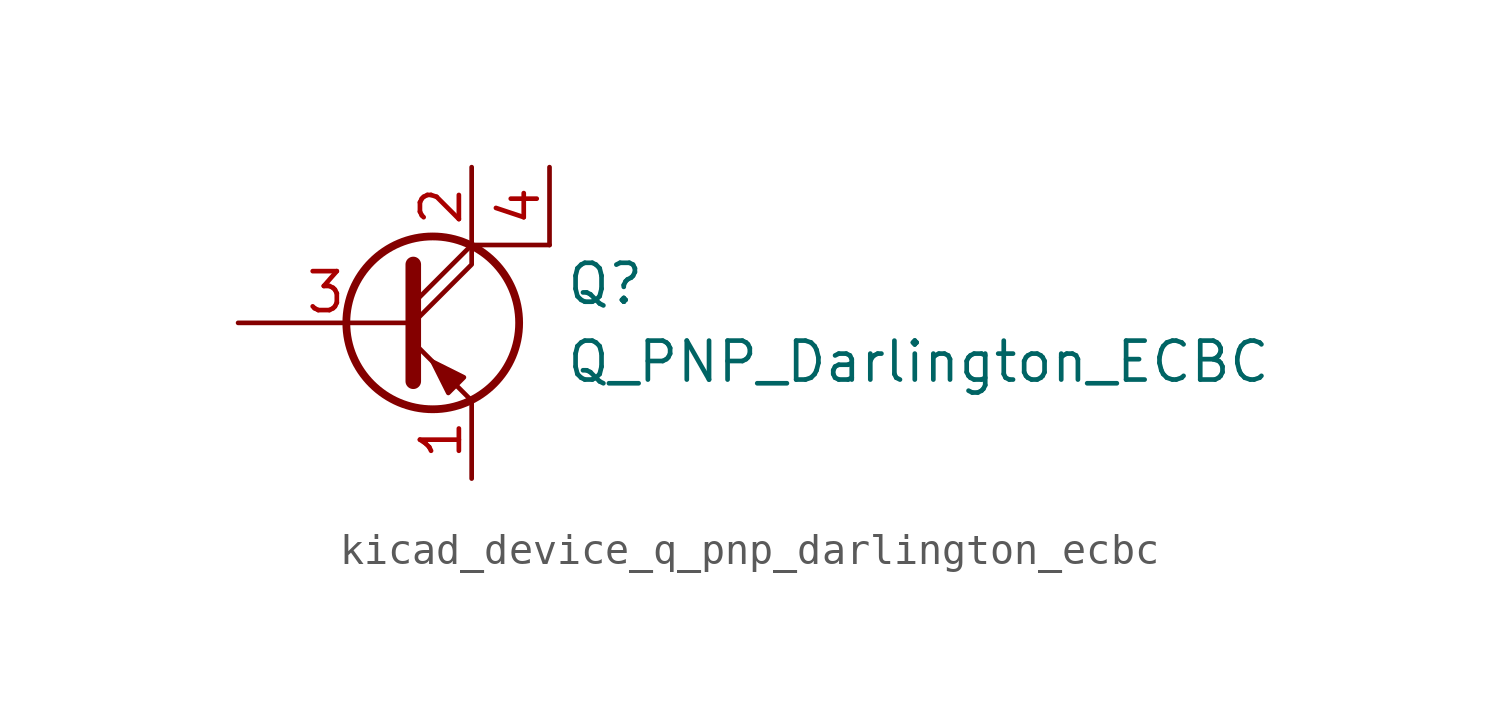
<source format=kicad_sym>
(kicad_symbol_lib
  (version 20220914)
  (generator kicad_symbol_editor)
  (symbol "kicad_device_q_pnp_darlington_ecbc"
    (pin_names
      (offset 0) hide)
    (property "Reference" "Q"
      (at 5.588 1.27 0)
      (effects (font (size 1.27 1.27)) (justify left)))
    (property "Value" "Q_PNP_Darlington_ECBC"
      (at 5.588 -1.27 0)
      (effects (font (size 1.27 1.27)) (justify left)))
    (symbol "kicad_device_q_pnp_darlington_ecbc_0_1"
      (polyline (pts (xy 0.635 0.635) (xy 2.54 2.54)) (stroke (width 0) (type default)) (fill (type none)))
      (polyline (pts (xy 5.08 2.54) (xy 2.54 2.54)) (stroke (width 0) (type default)) (fill (type none)))
      (polyline (pts (xy 0.635 -0.635) (xy 2.54 -2.54) (xy 2.54 -2.54)) (stroke (width 0) (type default)) (fill (type none)))
      (polyline (pts (xy 0.635 0) (xy 2.54 1.905) (xy 2.54 2.54)) (stroke (width 0) (type default)) (fill (type none)))
      (polyline (pts (xy 0.635 1.905) (xy 0.635 -1.905) (xy 0.635 -1.905)) (stroke (width 0.508) (type default)) (fill (type none)))
      (polyline (pts (xy 2.286 -1.778) (xy 1.778 -2.286) (xy 1.27 -1.27) (xy 2.286 -1.778) (xy 2.286 -1.778)) (stroke (width 0) (type default)) (fill (type outline)))
      (circle (center 1.27 0) (radius 2.819) (stroke (width 0.254) (type default)) (fill (type none))))
    (symbol "kicad_device_q_pnp_darlington_ecbc_1_1"
      (pin passive line (at 2.54 -5.08 90) (length 2.54) (name "E" (effects (font (size 1.27 1.27)))) (number "1" (effects (font (size 1.27 1.27)))))
      (pin passive line (at 2.54 5.08 270) (length 2.54) (name "C" (effects (font (size 1.27 1.27)))) (number "2" (effects (font (size 1.27 1.27)))))
      (pin input line (at -5.08 0 0) (length 5.715) (name "B" (effects (font (size 1.27 1.27)))) (number "3" (effects (font (size 1.27 1.27)))))
      (pin passive line (at 5.08 5.08 270) (length 2.54) (name "C" (effects (font (size 1.27 1.27)))) (number "4" (effects (font (size 1.27 1.27))))))))
</source>
